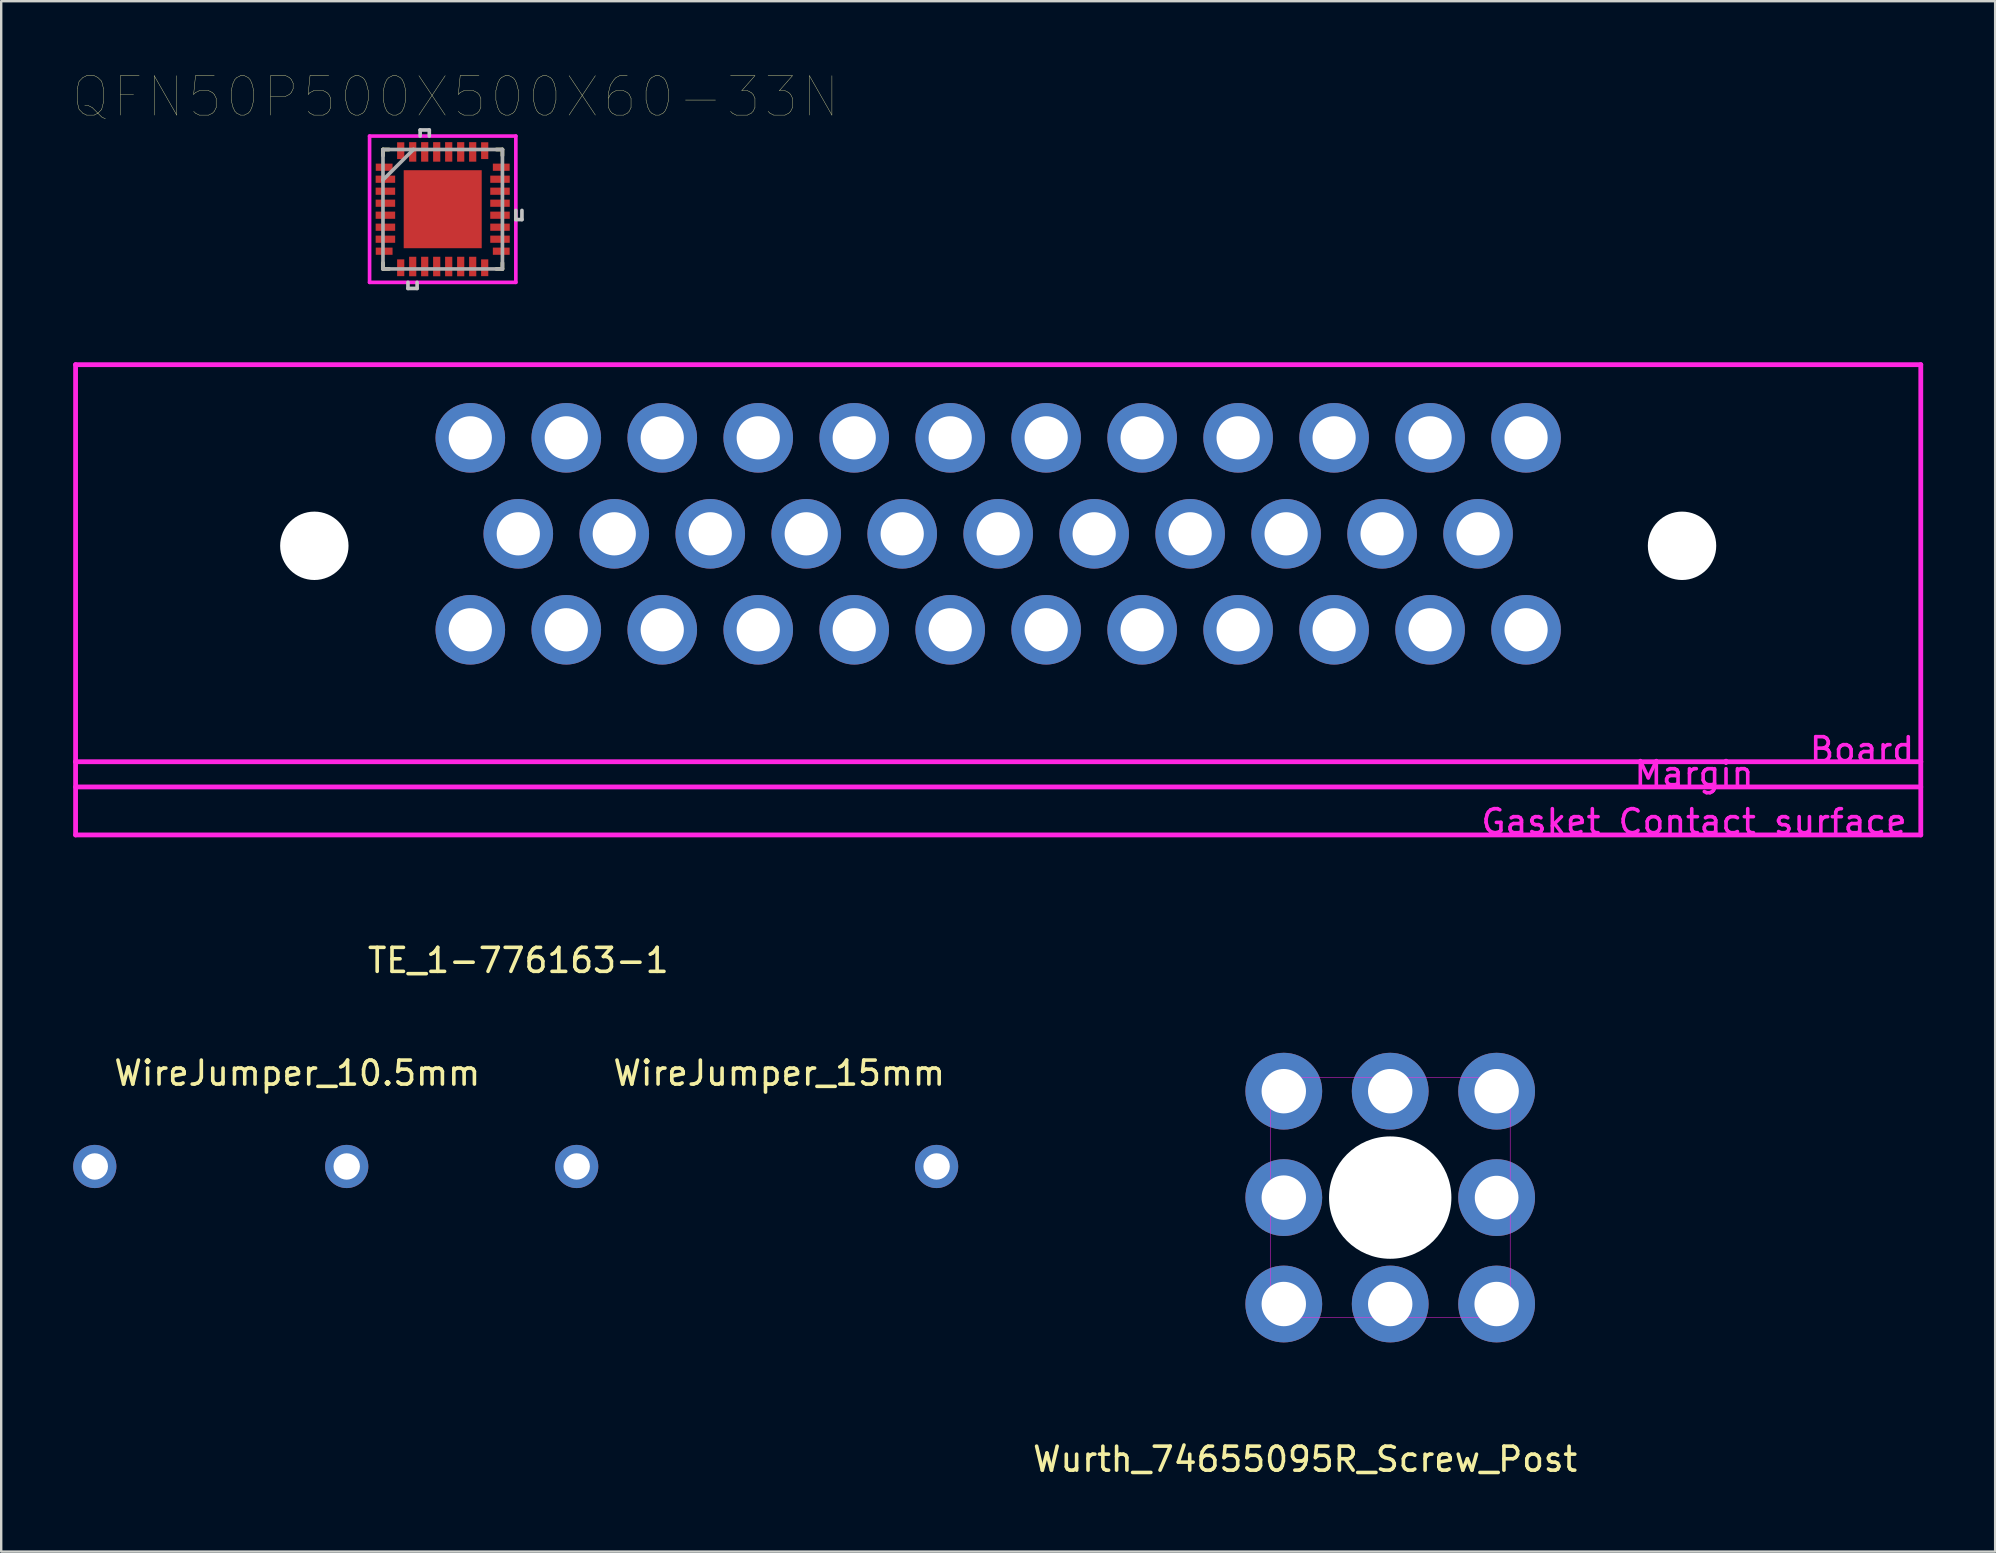
<source format=kicad_pcb>
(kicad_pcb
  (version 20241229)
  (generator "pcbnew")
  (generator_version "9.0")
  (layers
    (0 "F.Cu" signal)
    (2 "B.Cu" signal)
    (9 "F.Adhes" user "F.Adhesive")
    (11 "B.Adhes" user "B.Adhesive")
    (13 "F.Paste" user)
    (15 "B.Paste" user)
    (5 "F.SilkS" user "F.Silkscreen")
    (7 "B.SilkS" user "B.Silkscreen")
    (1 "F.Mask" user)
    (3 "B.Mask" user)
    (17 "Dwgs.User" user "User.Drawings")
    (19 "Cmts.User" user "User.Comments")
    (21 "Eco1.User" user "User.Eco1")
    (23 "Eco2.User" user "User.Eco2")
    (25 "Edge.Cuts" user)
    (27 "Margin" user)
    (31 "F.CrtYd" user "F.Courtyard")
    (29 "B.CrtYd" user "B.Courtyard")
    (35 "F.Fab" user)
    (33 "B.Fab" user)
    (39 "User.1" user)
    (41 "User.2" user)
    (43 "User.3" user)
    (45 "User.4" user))
  (footprint "QFN50P500X500X60-33N"
    (layer "F.Cu")
    (at 15.4 5.669)
    (property "Reference" "QFN50P500X500X60-33N" (at 0.534 -4.682 0) (layer "F.SilkS") (effects (font (size 1.643 1.643) (thickness 0.015))))
    (attr through_hole)
    (fp_line (start -2.489 -2.489) (end -2.489 -2.235) (stroke (width 0.152) (type solid)) (layer "F.SilkS"))
    (fp_line (start -2.489 2.235) (end -2.489 2.489) (stroke (width 0.152) (type solid)) (layer "F.SilkS"))
    (fp_line (start -2.489 2.489) (end -2.235 2.489) (stroke (width 0.152) (type solid)) (layer "F.SilkS"))
    (fp_line (start -2.235 -2.489) (end -2.489 -2.489) (stroke (width 0.152) (type solid)) (layer "F.SilkS"))
    (fp_line (start 2.235 2.489) (end 2.489 2.489) (stroke (width 0.152) (type solid)) (layer "F.SilkS"))
    (fp_line (start 2.489 -2.489) (end 2.235 -2.489) (stroke (width 0.152) (type solid)) (layer "F.SilkS"))
    (fp_line (start 2.489 -2.235) (end 2.489 -2.489) (stroke (width 0.152) (type solid)) (layer "F.SilkS"))
    (fp_line (start 2.489 2.489) (end 2.489 2.235) (stroke (width 0.152) (type solid)) (layer "F.SilkS"))
    (fp_line (start -1.448 3.048) (end -1.448 3.302) (stroke (width 0.152) (type solid)) (layer "Dwgs.User"))
    (fp_line (start -1.448 3.302) (end -1.067 3.302) (stroke (width 0.152) (type solid)) (layer "Dwgs.User"))
    (fp_line (start -1.067 3.302) (end -1.067 3.048) (stroke (width 0.152) (type solid)) (layer "Dwgs.User"))
    (fp_line (start -0.94 -3.302) (end -0.559 -3.302) (stroke (width 0.152) (type solid)) (layer "Dwgs.User"))
    (fp_line (start -0.94 -3.048) (end -0.94 -3.302) (stroke (width 0.152) (type solid)) (layer "Dwgs.User"))
    (fp_line (start -0.559 -3.302) (end -0.559 -3.048) (stroke (width 0.152) (type solid)) (layer "Dwgs.User"))
    (fp_line (start 3.048 0.432) (end 3.048 0.051) (stroke (width 0.152) (type solid)) (layer "Dwgs.User"))
    (fp_line (start 3.302 0.051) (end 3.302 0.432) (stroke (width 0.152) (type solid)) (layer "Dwgs.User"))
    (fp_line (start 3.302 0.432) (end 3.048 0.432) (stroke (width 0.152) (type solid)) (layer "Dwgs.User"))
    (fp_line (start -3.048 -3.048) (end 3.048 -3.048) (stroke (width 0.152) (type solid)) (layer "F.CrtYd"))
    (fp_line (start -3.048 3.048) (end -3.048 -3.048) (stroke (width 0.152) (type solid)) (layer "F.CrtYd"))
    (fp_line (start 3.048 -3.048) (end 3.048 3.048) (stroke (width 0.152) (type solid)) (layer "F.CrtYd"))
    (fp_line (start 3.048 3.048) (end -3.048 3.048) (stroke (width 0.152) (type solid)) (layer "F.CrtYd"))
    (fp_line (start -2.489 -2.489) (end -2.489 -1.219) (stroke (width 0.152) (type solid)) (layer "F.Fab"))
    (fp_line (start -2.489 -1.219) (end -2.489 2.489) (stroke (width 0.152) (type solid)) (layer "F.Fab"))
    (fp_line (start -2.489 -1.219) (end -1.219 -2.489) (stroke (width 0.152) (type solid)) (layer "F.Fab"))
    (fp_line (start -2.489 2.489) (end 2.489 2.489) (stroke (width 0.152) (type solid)) (layer "F.Fab"))
    (fp_line (start -1.219 -2.489) (end -2.489 -2.489) (stroke (width 0.152) (type solid)) (layer "F.Fab"))
    (fp_line (start 2.489 -2.489) (end -1.219 -2.489) (stroke (width 0.152) (type solid)) (layer "F.Fab"))
    (fp_line (start 2.489 2.489) (end 2.489 -2.489) (stroke (width 0.152) (type solid)) (layer "F.Fab"))
    (pad "1" smd rect (at -2.44 -1.75) (size 0.7 0.3) (layers "F.Cu" "F.Mask" "F.Paste"))
    (pad "2" smd rect (at -2.388 -1.25) (size 0.813 0.3) (layers "F.Cu" "F.Mask" "F.Paste"))
    (pad "3" smd rect (at -2.388 -0.75) (size 0.813 0.3) (layers "F.Cu" "F.Mask" "F.Paste"))
    (pad "4" smd rect (at -2.388 -0.25) (size 0.813 0.3) (layers "F.Cu" "F.Mask" "F.Paste"))
    (pad "5" smd rect (at -2.388 0.25) (size 0.813 0.3) (layers "F.Cu" "F.Mask" "F.Paste"))
    (pad "6" smd rect (at -2.388 0.75) (size 0.813 0.3) (layers "F.Cu" "F.Mask" "F.Paste"))
    (pad "7" smd rect (at -2.388 1.25) (size 0.813 0.3) (layers "F.Cu" "F.Mask" "F.Paste"))
    (pad "8" smd rect (at -2.44 1.75) (size 0.7 0.3) (layers "F.Cu" "F.Mask" "F.Paste"))
    (pad "9" smd rect (at -1.75 2.44) (size 0.3 0.7) (layers "F.Cu" "F.Mask" "F.Paste"))
    (pad "10" smd rect (at -1.25 2.388) (size 0.3 0.813) (layers "F.Cu" "F.Mask" "F.Paste"))
    (pad "11" smd rect (at -0.75 2.388) (size 0.3 0.813) (layers "F.Cu" "F.Mask" "F.Paste"))
    (pad "12" smd rect (at -0.25 2.388) (size 0.3 0.813) (layers "F.Cu" "F.Mask" "F.Paste"))
    (pad "13" smd rect (at 0.25 2.388) (size 0.3 0.813) (layers "F.Cu" "F.Mask" "F.Paste"))
    (pad "14" smd rect (at 0.75 2.388) (size 0.3 0.813) (layers "F.Cu" "F.Mask" "F.Paste"))
    (pad "15" smd rect (at 1.25 2.388) (size 0.3 0.813) (layers "F.Cu" "F.Mask" "F.Paste"))
    (pad "16" smd rect (at 1.75 2.44) (size 0.3 0.7) (layers "F.Cu" "F.Mask" "F.Paste"))
    (pad "17" smd rect (at 2.44 1.75) (size 0.7 0.3) (layers "F.Cu" "F.Mask" "F.Paste"))
    (pad "18" smd rect (at 2.388 1.25) (size 0.813 0.3) (layers "F.Cu" "F.Mask" "F.Paste"))
    (pad "19" smd rect (at 2.388 0.75) (size 0.813 0.3) (layers "F.Cu" "F.Mask" "F.Paste"))
    (pad "20" smd rect (at 2.388 0.25) (size 0.813 0.3) (layers "F.Cu" "F.Mask" "F.Paste"))
    (pad "21" smd rect (at 2.388 -0.25) (size 0.813 0.3) (layers "F.Cu" "F.Mask" "F.Paste"))
    (pad "22" smd rect (at 2.388 -0.75) (size 0.813 0.3) (layers "F.Cu" "F.Mask" "F.Paste"))
    (pad "23" smd rect (at 2.388 -1.25) (size 0.813 0.3) (layers "F.Cu" "F.Mask" "F.Paste"))
    (pad "24" smd rect (at 2.44 -1.75) (size 0.7 0.3) (layers "F.Cu" "F.Mask" "F.Paste"))
    (pad "25" smd rect (at 1.75 -2.44) (size 0.3 0.7) (layers "F.Cu" "F.Mask" "F.Paste"))
    (pad "26" smd rect (at 1.25 -2.388) (size 0.3 0.813) (layers "F.Cu" "F.Mask" "F.Paste"))
    (pad "27" smd rect (at 0.75 -2.388) (size 0.3 0.813) (layers "F.Cu" "F.Mask" "F.Paste"))
    (pad "28" smd rect (at 0.25 -2.388) (size 0.3 0.813) (layers "F.Cu" "F.Mask" "F.Paste"))
    (pad "29" smd rect (at -0.25 -2.388) (size 0.3 0.813) (layers "F.Cu" "F.Mask" "F.Paste"))
    (pad "30" smd rect (at -0.75 -2.388) (size 0.3 0.813) (layers "F.Cu" "F.Mask" "F.Paste"))
    (pad "31" smd rect (at -1.25 -2.388) (size 0.3 0.813) (layers "F.Cu" "F.Mask" "F.Paste"))
    (pad "32" smd rect (at -1.75 -2.44) (size 0.3 0.7) (layers "F.Cu" "F.Mask" "F.Paste"))
    (pad "33" smd rect (at 0 0) (size 3.251 3.251) (layers "F.Cu" "F.Mask" "F.Paste")))
  (footprint "TE_1-776163-1"
    (layer "F.Cu")
    (at 18.55 19.197)
    (property "Reference" "TE_1-776163-1" (at 0 17.78 0) (layer "F.SilkS") (effects (font (size 1 1) (thickness 0.15))))
    (attr through_hole)
    (fp_line (start -18.45 -7.05) (end 58.45 -7.05) (stroke (width 0.2) (type solid)) (layer "F.CrtYd"))
    (fp_line (start -18.45 9.5) (end -18.45 -7.05) (stroke (width 0.2) (type solid)) (layer "F.CrtYd"))
    (fp_line (start -18.45 9.5) (end 58.45 9.5) (stroke (width 0.2) (type solid)) (layer "F.CrtYd"))
    (fp_line (start -18.45 12.55) (end -18.45 9.5) (stroke (width 0.2) (type solid)) (layer "F.CrtYd"))
    (fp_line (start 58.45 -7.05) (end 58.45 9.5) (stroke (width 0.2) (type solid)) (layer "F.CrtYd"))
    (fp_line (start 58.45 10.55) (end -18.45 10.55) (stroke (width 0.2) (type solid)) (layer "F.CrtYd"))
    (fp_line (start 58.45 12.55) (end -18.45 12.55) (stroke (width 0.2) (type solid)) (layer "F.CrtYd"))
    (fp_line (start 58.45 12.55) (end 58.45 9.5) (stroke (width 0.2) (type solid)) (layer "F.CrtYd"))
    (fp_text user "Board" (at 56 9 0) (layer "F.CrtYd") (effects (font (size 1 1) (thickness 0.15))))
    (fp_text user "Gasket Contact surface" (at 49 12 0) (layer "F.CrtYd") (effects (font (size 1 1) (thickness 0.15))))
    (fp_text user "Margin" (at 49 10 0) (layer "F.CrtYd") (effects (font (size 1 1) (thickness 0.15))))
    (pad "" np_thru_hole circle (at -8.5 0.5) (size 2.85 2.85) (drill 2.85) (layers "*.Cu" "*.Mask"))
    (pad "" np_thru_hole circle (at 48.5 0.5) (size 2.85 2.85) (drill 2.85) (layers "*.Cu" "*.Mask"))
    (pad "1" thru_hole circle (at -2 -4) (size 2.9 2.9) (drill 1.8) (layers "*.Cu" "*.Mask"))
    (pad "2" thru_hole circle (at 2 -4) (size 2.9 2.9) (drill 1.8) (layers "*.Cu" "*.Mask"))
    (pad "3" thru_hole circle (at 6 -4) (size 2.9 2.9) (drill 1.8) (layers "*.Cu" "*.Mask"))
    (pad "4" thru_hole circle (at 10 -4) (size 2.9 2.9) (drill 1.8) (layers "*.Cu" "*.Mask"))
    (pad "5" thru_hole circle (at 14 -4) (size 2.9 2.9) (drill 1.8) (layers "*.Cu" "*.Mask"))
    (pad "6" thru_hole circle (at 18 -4) (size 2.9 2.9) (drill 1.8) (layers "*.Cu" "*.Mask"))
    (pad "7" thru_hole circle (at 22 -4) (size 2.9 2.9) (drill 1.8) (layers "*.Cu" "*.Mask"))
    (pad "8" thru_hole circle (at 26 -4) (size 2.9 2.9) (drill 1.8) (layers "*.Cu" "*.Mask"))
    (pad "9" thru_hole circle (at 30 -4) (size 2.9 2.9) (drill 1.8) (layers "*.Cu" "*.Mask"))
    (pad "10" thru_hole circle (at 34 -4) (size 2.9 2.9) (drill 1.8) (layers "*.Cu" "*.Mask"))
    (pad "11" thru_hole circle (at 38 -4) (size 2.9 2.9) (drill 1.8) (layers "*.Cu" "*.Mask"))
    (pad "12" thru_hole circle (at 42 -4) (size 2.9 2.9) (drill 1.8) (layers "*.Cu" "*.Mask"))
    (pad "13" thru_hole circle (at 0 0) (size 2.9 2.9) (drill 1.8) (layers "*.Cu" "*.Mask"))
    (pad "14" thru_hole circle (at 4 0) (size 2.9 2.9) (drill 1.8) (layers "*.Cu" "*.Mask"))
    (pad "15" thru_hole circle (at 8 0) (size 2.9 2.9) (drill 1.8) (layers "*.Cu" "*.Mask"))
    (pad "16" thru_hole circle (at 12 0) (size 2.9 2.9) (drill 1.8) (layers "*.Cu" "*.Mask"))
    (pad "17" thru_hole circle (at 16 0) (size 2.9 2.9) (drill 1.8) (layers "*.Cu" "*.Mask"))
    (pad "18" thru_hole circle (at 20 0) (size 2.9 2.9) (drill 1.8) (layers "*.Cu" "*.Mask"))
    (pad "19" thru_hole circle (at 24 0) (size 2.9 2.9) (drill 1.8) (layers "*.Cu" "*.Mask"))
    (pad "20" thru_hole circle (at 28 0) (size 2.9 2.9) (drill 1.8) (layers "*.Cu" "*.Mask"))
    (pad "21" thru_hole circle (at 32 0) (size 2.9 2.9) (drill 1.8) (layers "*.Cu" "*.Mask"))
    (pad "22" thru_hole circle (at 36 0) (size 2.9 2.9) (drill 1.8) (layers "*.Cu" "*.Mask"))
    (pad "23" thru_hole circle (at 40 0) (size 2.9 2.9) (drill 1.8) (layers "*.Cu" "*.Mask"))
    (pad "24" thru_hole circle (at -2 4) (size 2.9 2.9) (drill 1.8) (layers "*.Cu" "*.Mask"))
    (pad "25" thru_hole circle (at 2 4) (size 2.9 2.9) (drill 1.8) (layers "*.Cu" "*.Mask"))
    (pad "26" thru_hole circle (at 6 4) (size 2.9 2.9) (drill 1.8) (layers "*.Cu" "*.Mask"))
    (pad "27" thru_hole circle (at 10 4) (size 2.9 2.9) (drill 1.8) (layers "*.Cu" "*.Mask"))
    (pad "28" thru_hole circle (at 14 4) (size 2.9 2.9) (drill 1.8) (layers "*.Cu" "*.Mask"))
    (pad "29" thru_hole circle (at 18 4) (size 2.9 2.9) (drill 1.8) (layers "*.Cu" "*.Mask"))
    (pad "30" thru_hole circle (at 22 4) (size 2.9 2.9) (drill 1.8) (layers "*.Cu" "*.Mask"))
    (pad "31" thru_hole circle (at 26 4) (size 2.9 2.9) (drill 1.8) (layers "*.Cu" "*.Mask"))
    (pad "32" thru_hole circle (at 30 4) (size 2.9 2.9) (drill 1.8) (layers "*.Cu" "*.Mask"))
    (pad "33" thru_hole circle (at 34 4) (size 2.9 2.9) (drill 1.8) (layers "*.Cu" "*.Mask"))
    (pad "34" thru_hole circle (at 38 4) (size 2.9 2.9) (drill 1.8) (layers "*.Cu" "*.Mask"))
    (pad "35" thru_hole circle (at 42 4) (size 2.9 2.9) (drill 1.8) (layers "*.Cu" "*.Mask")))
  (footprint "WireJumper_10.5mm"
    (layer "F.Cu")
    (at 0.9 45.564)
    (property "Reference" "WireJumper_10.5mm" (at 8.44 -3.89 0) (layer "F.SilkS") (effects (font (size 1 1) (thickness 0.15))))
    (attr through_hole)
    (pad "1" thru_hole circle (at 0 0) (size 1.8 1.8) (drill 1.1) (layers "*.Cu" "*.Mask"))
    (pad "2" thru_hole circle (at 10.5 0) (size 1.8 1.8) (drill 1.1) (layers "*.Cu" "*.Mask")))
  (footprint "Wurth_74655095R_Screw_Post"
    (layer "F.Cu")
    (at 50.453 51.296)
    (property "Reference" "Wurth_74655095R_Screw_Post" (at 0.889 6.469 0) (layer "F.SilkS") (effects (font (size 1 1) (thickness 0.15))))
    (attr through_hole)
    (fp_line (start -0.565 -9.435) (end -0.565 0.565) (stroke (width 0.02) (type solid)) (layer "F.CrtYd"))
    (fp_line (start 9.435 -9.435) (end -0.565 -9.435) (stroke (width 0.02) (type solid)) (layer "F.CrtYd"))
    (fp_line (start 9.435 -9.435) (end 9.435 0.565) (stroke (width 0.02) (type solid)) (layer "F.CrtYd"))
    (fp_line (start 9.435 0.565) (end -0.565 0.565) (stroke (width 0.02) (type solid)) (layer "F.CrtYd"))
    (pad "" np_thru_hole circle (at 4.435 -4.435) (size 5.1 5.1) (drill 5.1) (layers "*.Cu" "*.Mask"))
    (pad "1" thru_hole circle (at 0 -8.87) (size 3.2 3.2) (drill 1.85) (layers "*.Cu" "*.Mask"))
    (pad "1" thru_hole circle (at 0 -4.435) (size 3.2 3.2) (drill 1.85) (layers "*.Cu" "*.Mask"))
    (pad "1" thru_hole circle (at 0 0) (size 3.2 3.2) (drill 1.85) (layers "*.Cu" "*.Mask"))
    (pad "1" thru_hole circle (at 4.435 -8.87) (size 3.2 3.2) (drill 1.85) (layers "*.Cu" "*.Mask"))
    (pad "1" thru_hole circle (at 4.435 0) (size 3.2 3.2) (drill 1.85) (layers "*.Cu" "*.Mask"))
    (pad "1" thru_hole circle (at 8.87 -8.87) (size 3.2 3.2) (drill 1.85) (layers "*.Cu" "*.Mask"))
    (pad "1" thru_hole circle (at 8.87 -4.435) (size 3.2 3.2) (drill 1.82) (layers "*.Cu" "*.Mask"))
    (pad "1" thru_hole circle (at 8.87 0) (size 3.2 3.2) (drill 1.85) (layers "*.Cu" "*.Mask")))
  (footprint "WireJumper_15mm"
    (layer "F.Cu")
    (at 20.984 45.564)
    (property "Reference" "WireJumper_15mm" (at 8.44 -3.89 0) (layer "F.SilkS") (effects (font (size 1 1) (thickness 0.15))))
    (attr through_hole)
    (pad "1" thru_hole circle (at 0 0) (size 1.8 1.8) (drill 1.1) (layers "*.Cu" "*.Mask"))
    (pad "2" thru_hole circle (at 15 0) (size 1.8 1.8) (drill 1.1) (layers "*.Cu" "*.Mask")))
  (gr_rect
    (start -3 -3)
    (end 80.1 61.613)
    (stroke (width 0.1) (type default))
    (fill no)
    (layer "Edge.Cuts")))
</source>
